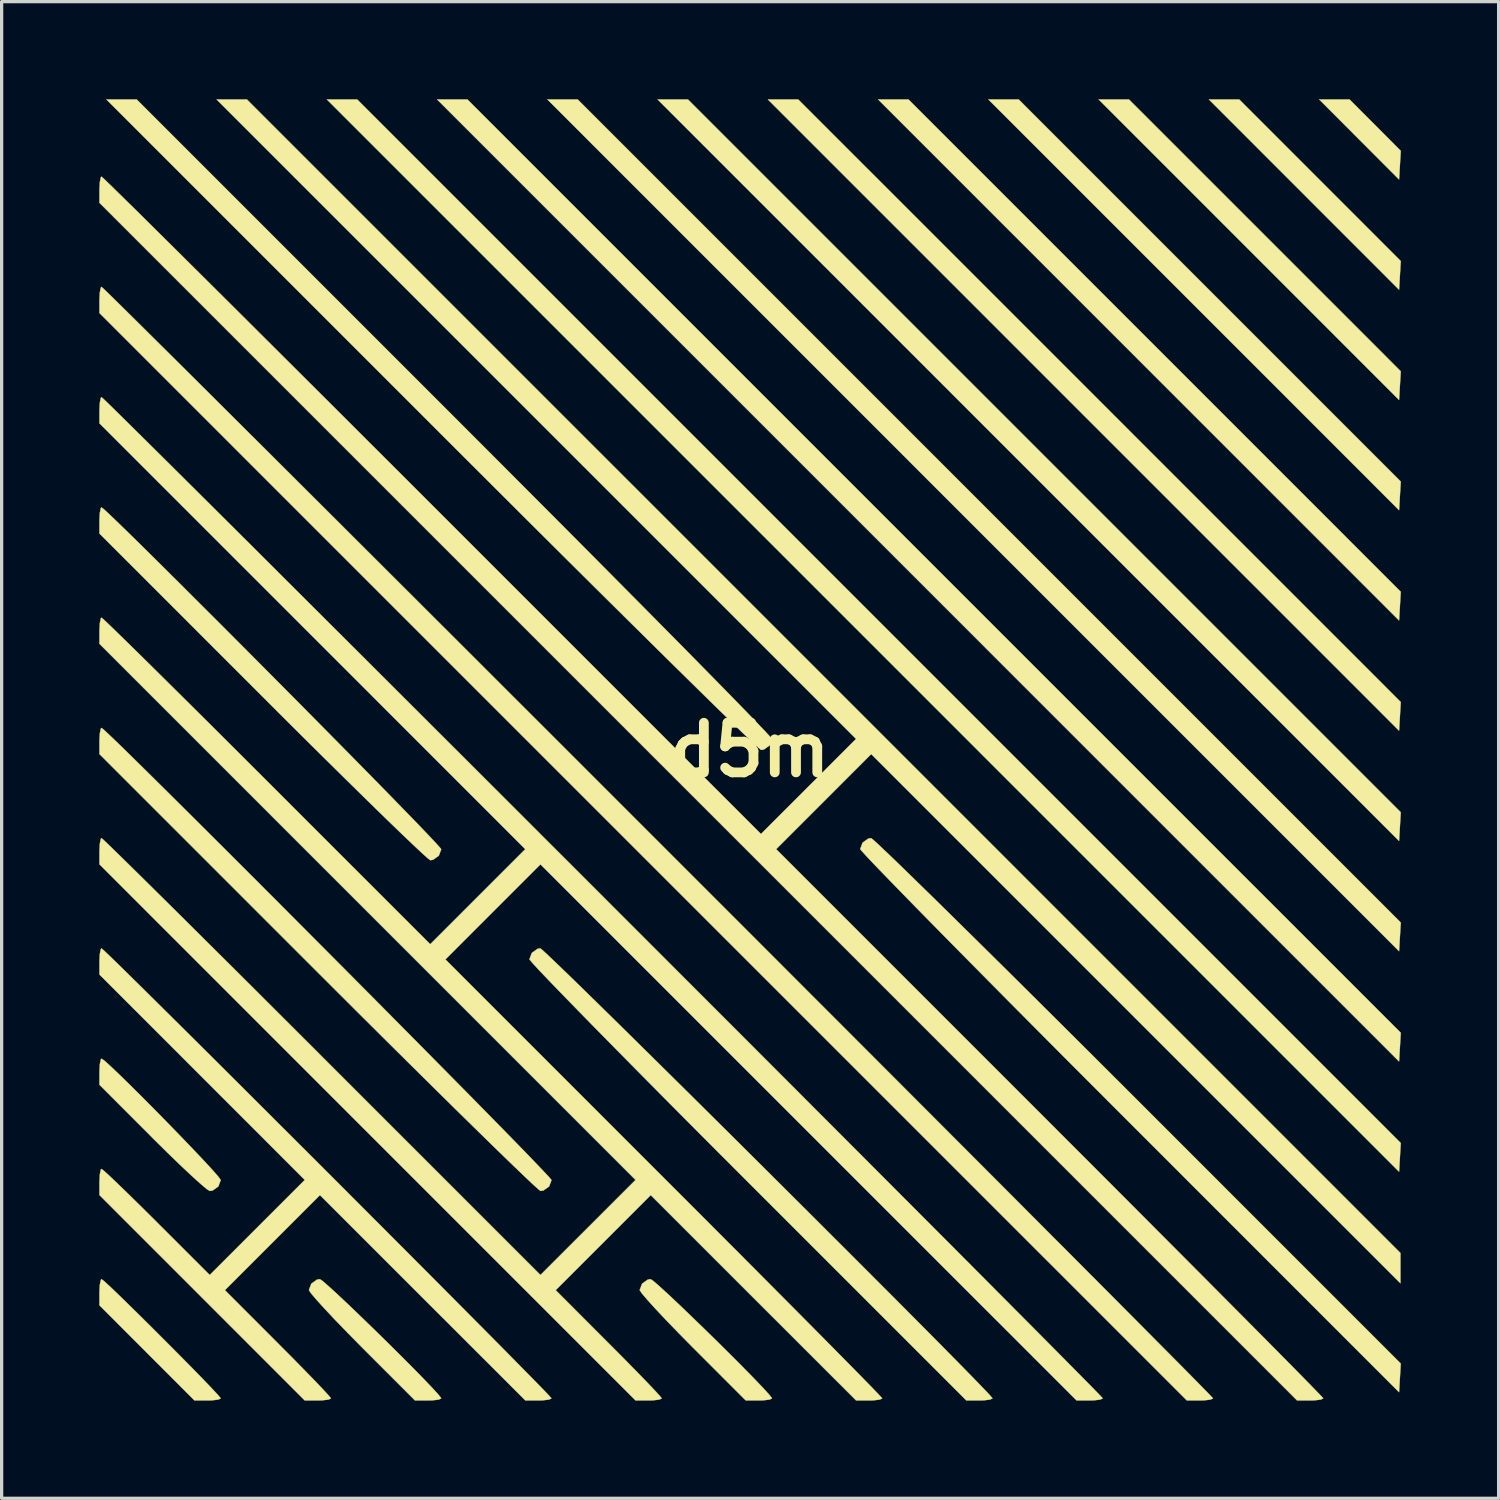
<source format=kicad_pcb>
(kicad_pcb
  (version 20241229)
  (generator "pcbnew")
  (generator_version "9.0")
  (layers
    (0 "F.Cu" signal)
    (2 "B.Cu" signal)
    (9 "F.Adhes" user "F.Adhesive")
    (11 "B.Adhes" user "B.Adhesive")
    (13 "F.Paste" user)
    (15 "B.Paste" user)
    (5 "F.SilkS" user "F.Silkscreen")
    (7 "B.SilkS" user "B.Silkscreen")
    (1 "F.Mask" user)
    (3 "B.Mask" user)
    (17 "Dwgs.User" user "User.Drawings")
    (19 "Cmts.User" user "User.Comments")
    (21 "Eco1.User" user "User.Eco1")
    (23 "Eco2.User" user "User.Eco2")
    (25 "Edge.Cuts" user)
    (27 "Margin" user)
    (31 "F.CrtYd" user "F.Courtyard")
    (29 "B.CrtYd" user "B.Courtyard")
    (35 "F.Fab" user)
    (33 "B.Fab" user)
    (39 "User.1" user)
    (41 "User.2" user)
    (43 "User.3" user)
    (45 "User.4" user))
  (footprint "d5m"
    (layer "F.Cu")
    (at 19.986 19.986)
    (property "Reference" "d5m" (at 0 0 0) (layer "F.SilkS") (effects (font (size 1.524 1.524) (thickness 0.3))))
    (attr through_hole)
    (fp_poly (pts (xy 19.991 12.075) (xy 19.965 12.515) (xy 19.939 12.956) (xy -12.996 -19.981) (xy -12.065 -19.981) (xy 19.991 12.075)) (stroke (width 0.01) (type solid)) (fill yes) (layer "F.SilkS"))
    (fp_poly (pts (xy 14.123 -14.113) (xy 19.991 -8.245) (xy 19.939 -7.364) (xy 13.632 -13.673) (xy 7.324 -19.981) (xy 8.255 -19.981) (xy 14.123 -14.113)) (stroke (width 0.01) (type solid)) (fill yes) (layer "F.SilkS"))
    (fp_poly (pts (xy 15.817 -15.806) (xy 19.991 -11.631) (xy 19.965 -11.191) (xy 19.939 -10.751) (xy 10.711 -19.981) (xy 11.642 -19.981) (xy 15.817 -15.806)) (stroke (width 0.01) (type solid)) (fill yes) (layer "F.SilkS"))
    (fp_poly (pts (xy 17.51 -17.499) (xy 19.991 -15.017) (xy 19.965 -14.577) (xy 19.939 -14.137) (xy 14.098 -19.981) (xy 15.029 -19.981) (xy 17.51 -17.499)) (stroke (width 0.01) (type solid)) (fill yes) (layer "F.SilkS"))
    (fp_poly (pts (xy 19.991 5.302) (xy 19.965 5.742) (xy 19.939 6.182) (xy 6.858 -6.899) (xy -6.223 -19.981) (xy -5.291 -19.981) (xy 19.991 5.302)) (stroke (width 0.01) (type solid)) (fill yes) (layer "F.SilkS"))
    (fp_poly (pts (xy 5.657 -5.646) (xy 19.991 8.688) (xy 19.965 9.129) (xy 19.939 9.569) (xy 5.165 -5.206) (xy -9.609 -19.981) (xy -8.678 -19.981) (xy 5.657 -5.646)) (stroke (width 0.01) (type solid)) (fill yes) (layer "F.SilkS"))
    (fp_poly (pts (xy 9.043 -9.033) (xy 19.991 1.915) (xy 19.965 2.355) (xy 19.939 2.796) (xy 8.551 -8.593) (xy -2.836 -19.981) (xy -1.905 -19.981) (xy 9.043 -9.033)) (stroke (width 0.01) (type solid)) (fill yes) (layer "F.SilkS"))
    (fp_poly (pts (xy 10.737 -10.726) (xy 19.991 -1.471) (xy 19.965 -1.031) (xy 19.939 -0.591) (xy 10.245 -10.286) (xy 0.551 -19.981) (xy 1.482 -19.981) (xy 10.737 -10.726)) (stroke (width 0.01) (type solid)) (fill yes) (layer "F.SilkS"))
    (fp_poly (pts (xy 12.43 -12.42) (xy 19.991 -4.858) (xy 19.965 -4.418) (xy 19.939 -3.977) (xy 11.938 -11.979) (xy 3.937 -19.981) (xy 4.869 -19.981) (xy 12.43 -12.42)) (stroke (width 0.01) (type solid)) (fill yes) (layer "F.SilkS"))
    (fp_poly (pts (xy 19.205 -19.192) (xy 19.991 -18.402) (xy 19.965 -17.962) (xy 19.939 -17.522) (xy 18.712 -18.752) (xy 17.486 -19.981) (xy 18.418 -19.981) (xy 19.205 -19.192)) (stroke (width 0.01) (type solid)) (fill yes) (layer "F.SilkS"))
    (fp_poly (pts (xy -19.842 16.314) (xy -19.667 16.474) (xy -19.41 16.72) (xy -19.088 17.033) (xy -18.719 17.396) (xy -18.323 17.789) (xy -17.916 18.196) (xy -17.516 18.598) (xy -17.142 18.977) (xy -16.812 19.316) (xy -16.543 19.596) (xy -16.354 19.799) (xy -16.262 19.907) (xy -16.256 19.919) (xy -16.332 19.955) (xy -16.525 19.978) (xy -16.659 19.981) (xy -17.062 19.981) (xy -18.522 18.52) (xy -19.981 17.059) (xy -19.981 16.657) (xy -19.969 16.423) (xy -19.938 16.279) (xy -19.917 16.256) (xy -19.842 16.314)) (stroke (width 0.01) (type solid)) (fill yes) (layer "F.SilkS"))
    (fp_poly (pts (xy -19.833 9.541) (xy -19.651 9.704) (xy -19.388 9.954) (xy -19.063 10.272) (xy -18.692 10.64) (xy -18.295 11.04) (xy -17.888 11.454) (xy -17.491 11.863) (xy -17.12 12.249) (xy -16.793 12.594) (xy -16.529 12.88) (xy -16.345 13.089) (xy -16.26 13.202) (xy -16.256 13.213) (xy -16.329 13.408) (xy -16.503 13.532) (xy -16.591 13.547) (xy -16.684 13.489) (xy -16.878 13.326) (xy -17.157 13.073) (xy -17.505 12.746) (xy -17.904 12.36) (xy -18.337 11.932) (xy -18.352 11.916) (xy -19.981 10.285) (xy -19.981 9.884) (xy -19.969 9.65) (xy -19.938 9.505) (xy -19.917 9.483) (xy -19.833 9.541)) (stroke (width 0.01) (type solid)) (fill yes) (layer "F.SilkS"))
    (fp_poly (pts (xy -13.126 16.313) (xy -12.941 16.474) (xy -12.673 16.719) (xy -12.341 17.031) (xy -11.964 17.393) (xy -11.559 17.785) (xy -11.145 18.191) (xy -10.74 18.593) (xy -10.362 18.972) (xy -10.03 19.311) (xy -9.761 19.592) (xy -9.574 19.797) (xy -9.487 19.907) (xy -9.483 19.919) (xy -9.559 19.955) (xy -9.752 19.978) (xy -9.886 19.981) (xy -10.289 19.981) (xy -11.918 18.351) (xy -12.347 17.916) (xy -12.734 17.516) (xy -13.063 17.166) (xy -13.318 16.884) (xy -13.485 16.687) (xy -13.547 16.591) (xy -13.547 16.59) (xy -13.473 16.395) (xy -13.3 16.271) (xy -13.211 16.256) (xy -13.126 16.313)) (stroke (width 0.01) (type solid)) (fill yes) (layer "F.SilkS"))
    (fp_poly (pts (xy -2.966 16.313) (xy -2.781 16.474) (xy -2.513 16.719) (xy -2.181 17.031) (xy -1.804 17.393) (xy -1.399 17.785) (xy -0.985 18.191) (xy -0.58 18.593) (xy -0.202 18.972) (xy 0.13 19.311) (xy 0.399 19.592) (xy 0.586 19.797) (xy 0.673 19.907) (xy 0.677 19.919) (xy 0.601 19.955) (xy 0.408 19.978) (xy 0.274 19.981) (xy -0.129 19.981) (xy -1.758 18.351) (xy -2.187 17.916) (xy -2.574 17.516) (xy -2.903 17.166) (xy -3.158 16.884) (xy -3.325 16.687) (xy -3.387 16.591) (xy -3.387 16.59) (xy -3.313 16.395) (xy -3.14 16.271) (xy -3.051 16.256) (xy -2.966 16.313)) (stroke (width 0.01) (type solid)) (fill yes) (layer "F.SilkS"))
    (fp_poly (pts (xy 3.796 2.768) (xy 3.983 2.94) (xy 4.276 3.218) (xy 4.667 3.595) (xy 5.149 4.065) (xy 5.716 4.619) (xy 6.36 5.253) (xy 7.074 5.957) (xy 7.852 6.726) (xy 8.685 7.553) (xy 9.568 8.431) (xy 10.493 9.352) (xy 11.454 10.311) (xy 11.922 10.779) (xy 19.991 18.849) (xy 19.965 19.289) (xy 19.939 19.729) (xy 11.663 11.452) (xy 10.677 10.465) (xy 9.724 9.51) (xy 8.812 8.593) (xy 7.947 7.722) (xy 7.136 6.903) (xy 6.386 6.144) (xy 5.703 5.451) (xy 5.095 4.832) (xy 4.569 4.293) (xy 4.13 3.841) (xy 3.786 3.484) (xy 3.545 3.227) (xy 3.412 3.079) (xy 3.387 3.044) (xy 3.46 2.848) (xy 3.634 2.724) (xy 3.721 2.709) (xy 3.796 2.768)) (stroke (width 0.01) (type solid)) (fill yes) (layer "F.SilkS"))
    (fp_poly (pts (xy -9.08 -10.223) (xy -8.009 -9.151) (xy -6.97 -8.109) (xy -5.97 -7.106) (xy -5.016 -6.147) (xy -4.114 -5.238) (xy -3.269 -4.386) (xy -2.49 -3.598) (xy -1.78 -2.879) (xy -1.148 -2.236) (xy -0.599 -1.676) (xy -0.14 -1.204) (xy 0.223 -0.828) (xy 0.485 -0.553) (xy 0.637 -0.386) (xy 0.677 -0.334) (xy 0.604 -0.139) (xy 0.43 -0.014) (xy 0.343 0) (xy 0.27 -0.059) (xy 0.083 -0.232) (xy -0.21 -0.512) (xy -0.604 -0.893) (xy -1.093 -1.369) (xy -1.669 -1.935) (xy -2.327 -2.582) (xy -3.061 -3.307) (xy -3.864 -4.101) (xy -4.73 -4.959) (xy -5.652 -5.875) (xy -6.625 -6.843) (xy -7.641 -7.856) (xy -8.695 -8.908) (xy -9.779 -9.991) (xy -19.769 -19.981) (xy -18.838 -19.981) (xy -9.08 -10.223)) (stroke (width 0.01) (type solid)) (fill yes) (layer "F.SilkS"))
    (fp_poly (pts (xy -19.843 -7.392) (xy -19.661 -7.223) (xy -19.381 -6.954) (xy -19.014 -6.597) (xy -18.57 -6.16) (xy -18.061 -5.656) (xy -17.496 -5.095) (xy -16.886 -4.486) (xy -16.241 -3.842) (xy -15.573 -3.172) (xy -14.891 -2.487) (xy -14.206 -1.797) (xy -13.529 -1.114) (xy -12.87 -0.447) (xy -12.239 0.192) (xy -11.648 0.793) (xy -11.106 1.346) (xy -10.625 1.84) (xy -10.214 2.264) (xy -9.884 2.608) (xy -9.647 2.861) (xy -9.511 3.013) (xy -9.483 3.052) (xy -9.556 3.248) (xy -9.73 3.372) (xy -9.817 3.387) (xy -9.896 3.328) (xy -10.085 3.158) (xy -10.375 2.886) (xy -10.758 2.52) (xy -11.224 2.069) (xy -11.764 1.542) (xy -12.369 0.947) (xy -13.031 0.294) (xy -13.74 -0.408) (xy -14.487 -1.152) (xy -14.965 -1.63) (xy -19.981 -6.647) (xy -19.981 -7.049) (xy -19.969 -7.283) (xy -19.939 -7.428) (xy -19.918 -7.451) (xy -19.843 -7.392)) (stroke (width 0.01) (type solid)) (fill yes) (layer "F.SilkS"))
    (fp_poly (pts (xy -19.845 -0.619) (xy -19.663 -0.448) (xy -19.38 -0.176) (xy -19.006 0.189) (xy -18.549 0.639) (xy -18.019 1.163) (xy -17.425 1.753) (xy -16.776 2.399) (xy -16.081 3.092) (xy -15.349 3.823) (xy -14.59 4.583) (xy -13.813 5.363) (xy -13.026 6.153) (xy -12.238 6.945) (xy -11.46 7.728) (xy -10.7 8.495) (xy -9.967 9.236) (xy -9.27 9.941) (xy -8.618 10.601) (xy -8.022 11.208) (xy -7.488 11.752) (xy -7.028 12.224) (xy -6.65 12.615) (xy -6.363 12.916) (xy -6.175 13.116) (xy -6.098 13.208) (xy -6.096 13.212) (xy -6.169 13.408) (xy -6.343 13.532) (xy -6.431 13.547) (xy -6.507 13.488) (xy -6.695 13.317) (xy -6.986 13.041) (xy -7.374 12.668) (xy -7.851 12.205) (xy -8.408 11.66) (xy -9.039 11.041) (xy -9.734 10.355) (xy -10.487 9.61) (xy -11.29 8.813) (xy -12.135 7.972) (xy -13.014 7.094) (xy -13.272 6.837) (xy -19.981 0.127) (xy -19.981 -0.275) (xy -19.969 -0.51) (xy -19.939 -0.655) (xy -19.918 -0.677) (xy -19.845 -0.619)) (stroke (width 0.01) (type solid)) (fill yes) (layer "F.SilkS"))
    (fp_poly (pts (xy -6.366 6.154) (xy -6.183 6.324) (xy -5.899 6.595) (xy -5.522 6.959) (xy -5.063 7.406) (xy -4.531 7.927) (xy -3.934 8.514) (xy -3.282 9.157) (xy -2.583 9.847) (xy -1.848 10.574) (xy -1.085 11.331) (xy -0.304 12.107) (xy 0.487 12.893) (xy 1.278 13.681) (xy 2.06 14.461) (xy 2.824 15.224) (xy 3.561 15.961) (xy 4.261 16.662) (xy 4.916 17.32) (xy 5.516 17.924) (xy 6.051 18.465) (xy 6.514 18.935) (xy 6.894 19.324) (xy 7.183 19.623) (xy 7.371 19.822) (xy 7.449 19.914) (xy 7.451 19.918) (xy 7.375 19.955) (xy 7.181 19.978) (xy 7.048 19.981) (xy 6.646 19.981) (xy -0.064 13.271) (xy -0.95 12.384) (xy -1.802 11.528) (xy -2.613 10.712) (xy -3.373 9.944) (xy -4.077 9.231) (xy -4.716 8.582) (xy -5.283 8.002) (xy -5.77 7.502) (xy -6.17 7.088) (xy -6.475 6.768) (xy -6.677 6.549) (xy -6.768 6.44) (xy -6.773 6.43) (xy -6.7 6.235) (xy -6.526 6.11) (xy -6.439 6.096) (xy -6.366 6.154)) (stroke (width 0.01) (type solid)) (fill yes) (layer "F.SilkS"))
    (fp_poly (pts (xy -19.853 -14.165) (xy -19.674 -13.992) (xy -19.388 -13.711) (xy -18.999 -13.327) (xy -18.514 -12.846) (xy -17.938 -12.275) (xy -17.277 -11.618) (xy -16.538 -10.883) (xy -15.725 -10.073) (xy -14.845 -9.197) (xy -13.903 -8.258) (xy -12.905 -7.263) (xy -11.858 -6.218) (xy -10.766 -5.128) (xy -9.636 -4) (xy -8.473 -2.839) (xy -7.284 -1.65) (xy -6.073 -0.441) (xy -4.848 0.784) (xy -3.613 2.019) (xy -2.374 3.258) (xy -1.138 4.494) (xy 0.091 5.723) (xy 1.305 6.939) (xy 2.5 8.135) (xy 3.67 9.306) (xy 4.808 10.446) (xy 5.909 11.549) (xy 6.968 12.61) (xy 7.978 13.622) (xy 8.933 14.581) (xy 9.829 15.479) (xy 10.658 16.312) (xy 11.415 17.073) (xy 12.095 17.757) (xy 12.691 18.358) (xy 13.199 18.869) (xy 13.611 19.286) (xy 13.922 19.603) (xy 14.127 19.813) (xy 14.219 19.911) (xy 14.224 19.918) (xy 14.148 19.955) (xy 13.955 19.978) (xy 13.822 19.981) (xy 13.42 19.981) (xy -3.281 3.281) (xy -19.981 -13.42) (xy -19.981 -13.822) (xy -19.969 -14.056) (xy -19.939 -14.201) (xy -19.918 -14.224) (xy -19.853 -14.165)) (stroke (width 0.01) (type solid)) (fill yes) (layer "F.SilkS"))
    (fp_poly (pts (xy 2.265 -2.265) (xy 19.981 15.452) (xy 19.981 16.383) (xy 11.853 8.255) (xy 3.725 0.127) (xy 2.265 1.588) (xy 0.805 3.048) (xy 9.208 11.451) (xy 10.201 12.445) (xy 11.161 13.406) (xy 12.08 14.328) (xy 12.953 15.204) (xy 13.772 16.026) (xy 14.53 16.789) (xy 15.222 17.485) (xy 15.839 18.107) (xy 16.375 18.649) (xy 16.824 19.104) (xy 17.178 19.465) (xy 17.431 19.726) (xy 17.577 19.878) (xy 17.611 19.918) (xy 17.535 19.955) (xy 17.341 19.978) (xy 17.208 19.981) (xy 16.806 19.981) (xy -19.981 -16.806) (xy -19.981 -17.209) (xy -19.969 -17.443) (xy -19.939 -17.588) (xy -19.918 -17.611) (xy -19.852 -17.552) (xy -19.673 -17.379) (xy -19.387 -17.099) (xy -18.999 -16.718) (xy -18.517 -16.242) (xy -17.946 -15.676) (xy -17.293 -15.028) (xy -16.564 -14.304) (xy -15.765 -13.509) (xy -14.902 -12.649) (xy -13.982 -11.732) (xy -13.01 -10.763) (xy -11.994 -9.748) (xy -10.938 -8.694) (xy -9.85 -7.606) (xy -9.758 -7.514) (xy 0.338 2.582) (xy 1.799 1.122) (xy 3.259 -0.339) (xy -6.562 -10.16) (xy -16.383 -19.981) (xy -15.452 -19.981) (xy 2.265 -2.265)) (stroke (width 0.01) (type solid)) (fill yes) (layer "F.SilkS"))
    (fp_poly (pts (xy -19.85 6.155) (xy -19.672 6.324) (xy -19.393 6.595) (xy -19.022 6.959) (xy -18.568 7.407) (xy -18.041 7.929) (xy -17.449 8.516) (xy -16.802 9.159) (xy -16.108 9.849) (xy -15.377 10.578) (xy -14.619 11.334) (xy -13.841 12.111) (xy -13.054 12.897) (xy -12.266 13.686) (xy -11.487 14.466) (xy -10.726 15.229) (xy -9.991 15.966) (xy -9.293 16.668) (xy -8.64 17.325) (xy -8.04 17.929) (xy -7.505 18.469) (xy -7.042 18.939) (xy -6.661 19.327) (xy -6.37 19.625) (xy -6.18 19.823) (xy -6.098 19.914) (xy -6.096 19.918) (xy -6.172 19.955) (xy -6.365 19.978) (xy -6.498 19.981) (xy -6.899 19.981) (xy -10.054 16.828) (xy -13.208 13.674) (xy -16.128 16.594) (xy -14.499 18.225) (xy -14.07 18.656) (xy -13.684 19.049) (xy -13.355 19.388) (xy -13.1 19.656) (xy -12.933 19.838) (xy -12.869 19.918) (xy -12.869 19.919) (xy -12.945 19.955) (xy -13.139 19.978) (xy -13.272 19.981) (xy -13.675 19.981) (xy -16.828 16.827) (xy -19.981 13.673) (xy -19.981 13.271) (xy -19.969 13.037) (xy -19.939 12.892) (xy -19.919 12.869) (xy -19.845 12.927) (xy -19.667 13.089) (xy -19.403 13.341) (xy -19.067 13.666) (xy -18.677 14.05) (xy -18.247 14.476) (xy -18.225 14.499) (xy -16.594 16.128) (xy -15.134 14.668) (xy -13.674 13.208) (xy -19.981 6.899) (xy -19.981 6.498) (xy -19.969 6.263) (xy -19.939 6.119) (xy -19.918 6.096) (xy -19.85 6.155)) (stroke (width 0.01) (type solid)) (fill yes) (layer "F.SilkS"))
    (fp_poly (pts (xy -19.853 -10.778) (xy -19.674 -10.606) (xy -19.388 -10.325) (xy -19.001 -9.943) (xy -18.519 -9.466) (xy -17.947 -8.899) (xy -17.293 -8.249) (xy -16.562 -7.522) (xy -15.76 -6.724) (xy -14.894 -5.861) (xy -13.97 -4.939) (xy -12.993 -3.965) (xy -11.969 -2.944) (xy -10.906 -1.883) (xy -9.809 -0.787) (xy -8.683 0.337) (xy -7.536 1.483) (xy -6.374 2.645) (xy -5.201 3.817) (xy -4.026 4.993) (xy -2.853 6.166) (xy -1.689 7.331) (xy -0.539 8.481) (xy 0.589 9.61) (xy 1.69 10.713) (xy 2.758 11.783) (xy 3.787 12.814) (xy 4.77 13.8) (xy 5.701 14.734) (xy 6.575 15.611) (xy 7.385 16.425) (xy 8.125 17.169) (xy 8.79 17.837) (xy 9.372 18.424) (xy 9.865 18.922) (xy 10.265 19.327) (xy 10.564 19.631) (xy 10.756 19.829) (xy 10.835 19.915) (xy 10.837 19.918) (xy 10.761 19.955) (xy 10.568 19.978) (xy 10.435 19.981) (xy 10.033 19.981) (xy 1.799 11.748) (xy -6.435 3.514) (xy -7.895 4.974) (xy -9.355 6.435) (xy -2.646 13.145) (xy -1.76 14.031) (xy -0.908 14.885) (xy -0.098 15.697) (xy 0.662 16.461) (xy 1.366 17.169) (xy 2.005 17.813) (xy 2.572 18.386) (xy 3.059 18.88) (xy 3.459 19.287) (xy 3.764 19.599) (xy 3.966 19.81) (xy 4.059 19.91) (xy 4.064 19.918) (xy 3.988 19.955) (xy 3.795 19.978) (xy 3.662 19.981) (xy 3.261 19.981) (xy 0.106 16.828) (xy -3.048 13.674) (xy -5.968 16.594) (xy -4.339 18.225) (xy -3.91 18.656) (xy -3.524 19.049) (xy -3.195 19.388) (xy -2.94 19.656) (xy -2.773 19.838) (xy -2.709 19.918) (xy -2.709 19.919) (xy -2.785 19.955) (xy -2.979 19.978) (xy -3.112 19.981) (xy -3.514 19.981) (xy -11.748 11.747) (xy -19.981 3.513) (xy -19.981 3.111) (xy -19.969 2.877) (xy -19.939 2.732) (xy -19.918 2.709) (xy -19.851 2.768) (xy -19.672 2.939) (xy -19.389 3.215) (xy -19.009 3.587) (xy -18.54 4.05) (xy -17.99 4.594) (xy -17.366 5.212) (xy -16.676 5.898) (xy -15.927 6.642) (xy -15.128 7.438) (xy -14.286 8.279) (xy -13.408 9.155) (xy -13.145 9.419) (xy -6.435 16.128) (xy -4.974 14.668) (xy -3.514 13.208) (xy -11.748 4.974) (xy -19.981 -3.26) (xy -19.981 -3.662) (xy -19.969 -3.896) (xy -19.939 -4.041) (xy -19.918 -4.064) (xy -19.85 -4.006) (xy -19.671 -3.836) (xy -19.391 -3.564) (xy -19.017 -3.198) (xy -18.559 -2.748) (xy -18.027 -2.222) (xy -17.428 -1.628) (xy -16.771 -0.976) (xy -16.067 -0.274) (xy -15.322 0.469) (xy -14.838 0.952) (xy -9.821 5.968) (xy -6.901 3.048) (xy -13.441 -3.493) (xy -19.981 -10.033) (xy -19.981 -10.435) (xy -19.969 -10.67) (xy -19.939 -10.815) (xy -19.918 -10.837) (xy -19.853 -10.778)) (stroke (width 0.01) (type solid)) (fill yes) (layer "F.SilkS")))
  (gr_rect
    (start -3 -3)
    (end 42.983 42.973)
    (stroke (width 0.1) (type default))
    (fill no)
    (layer "Edge.Cuts")))
</source>
